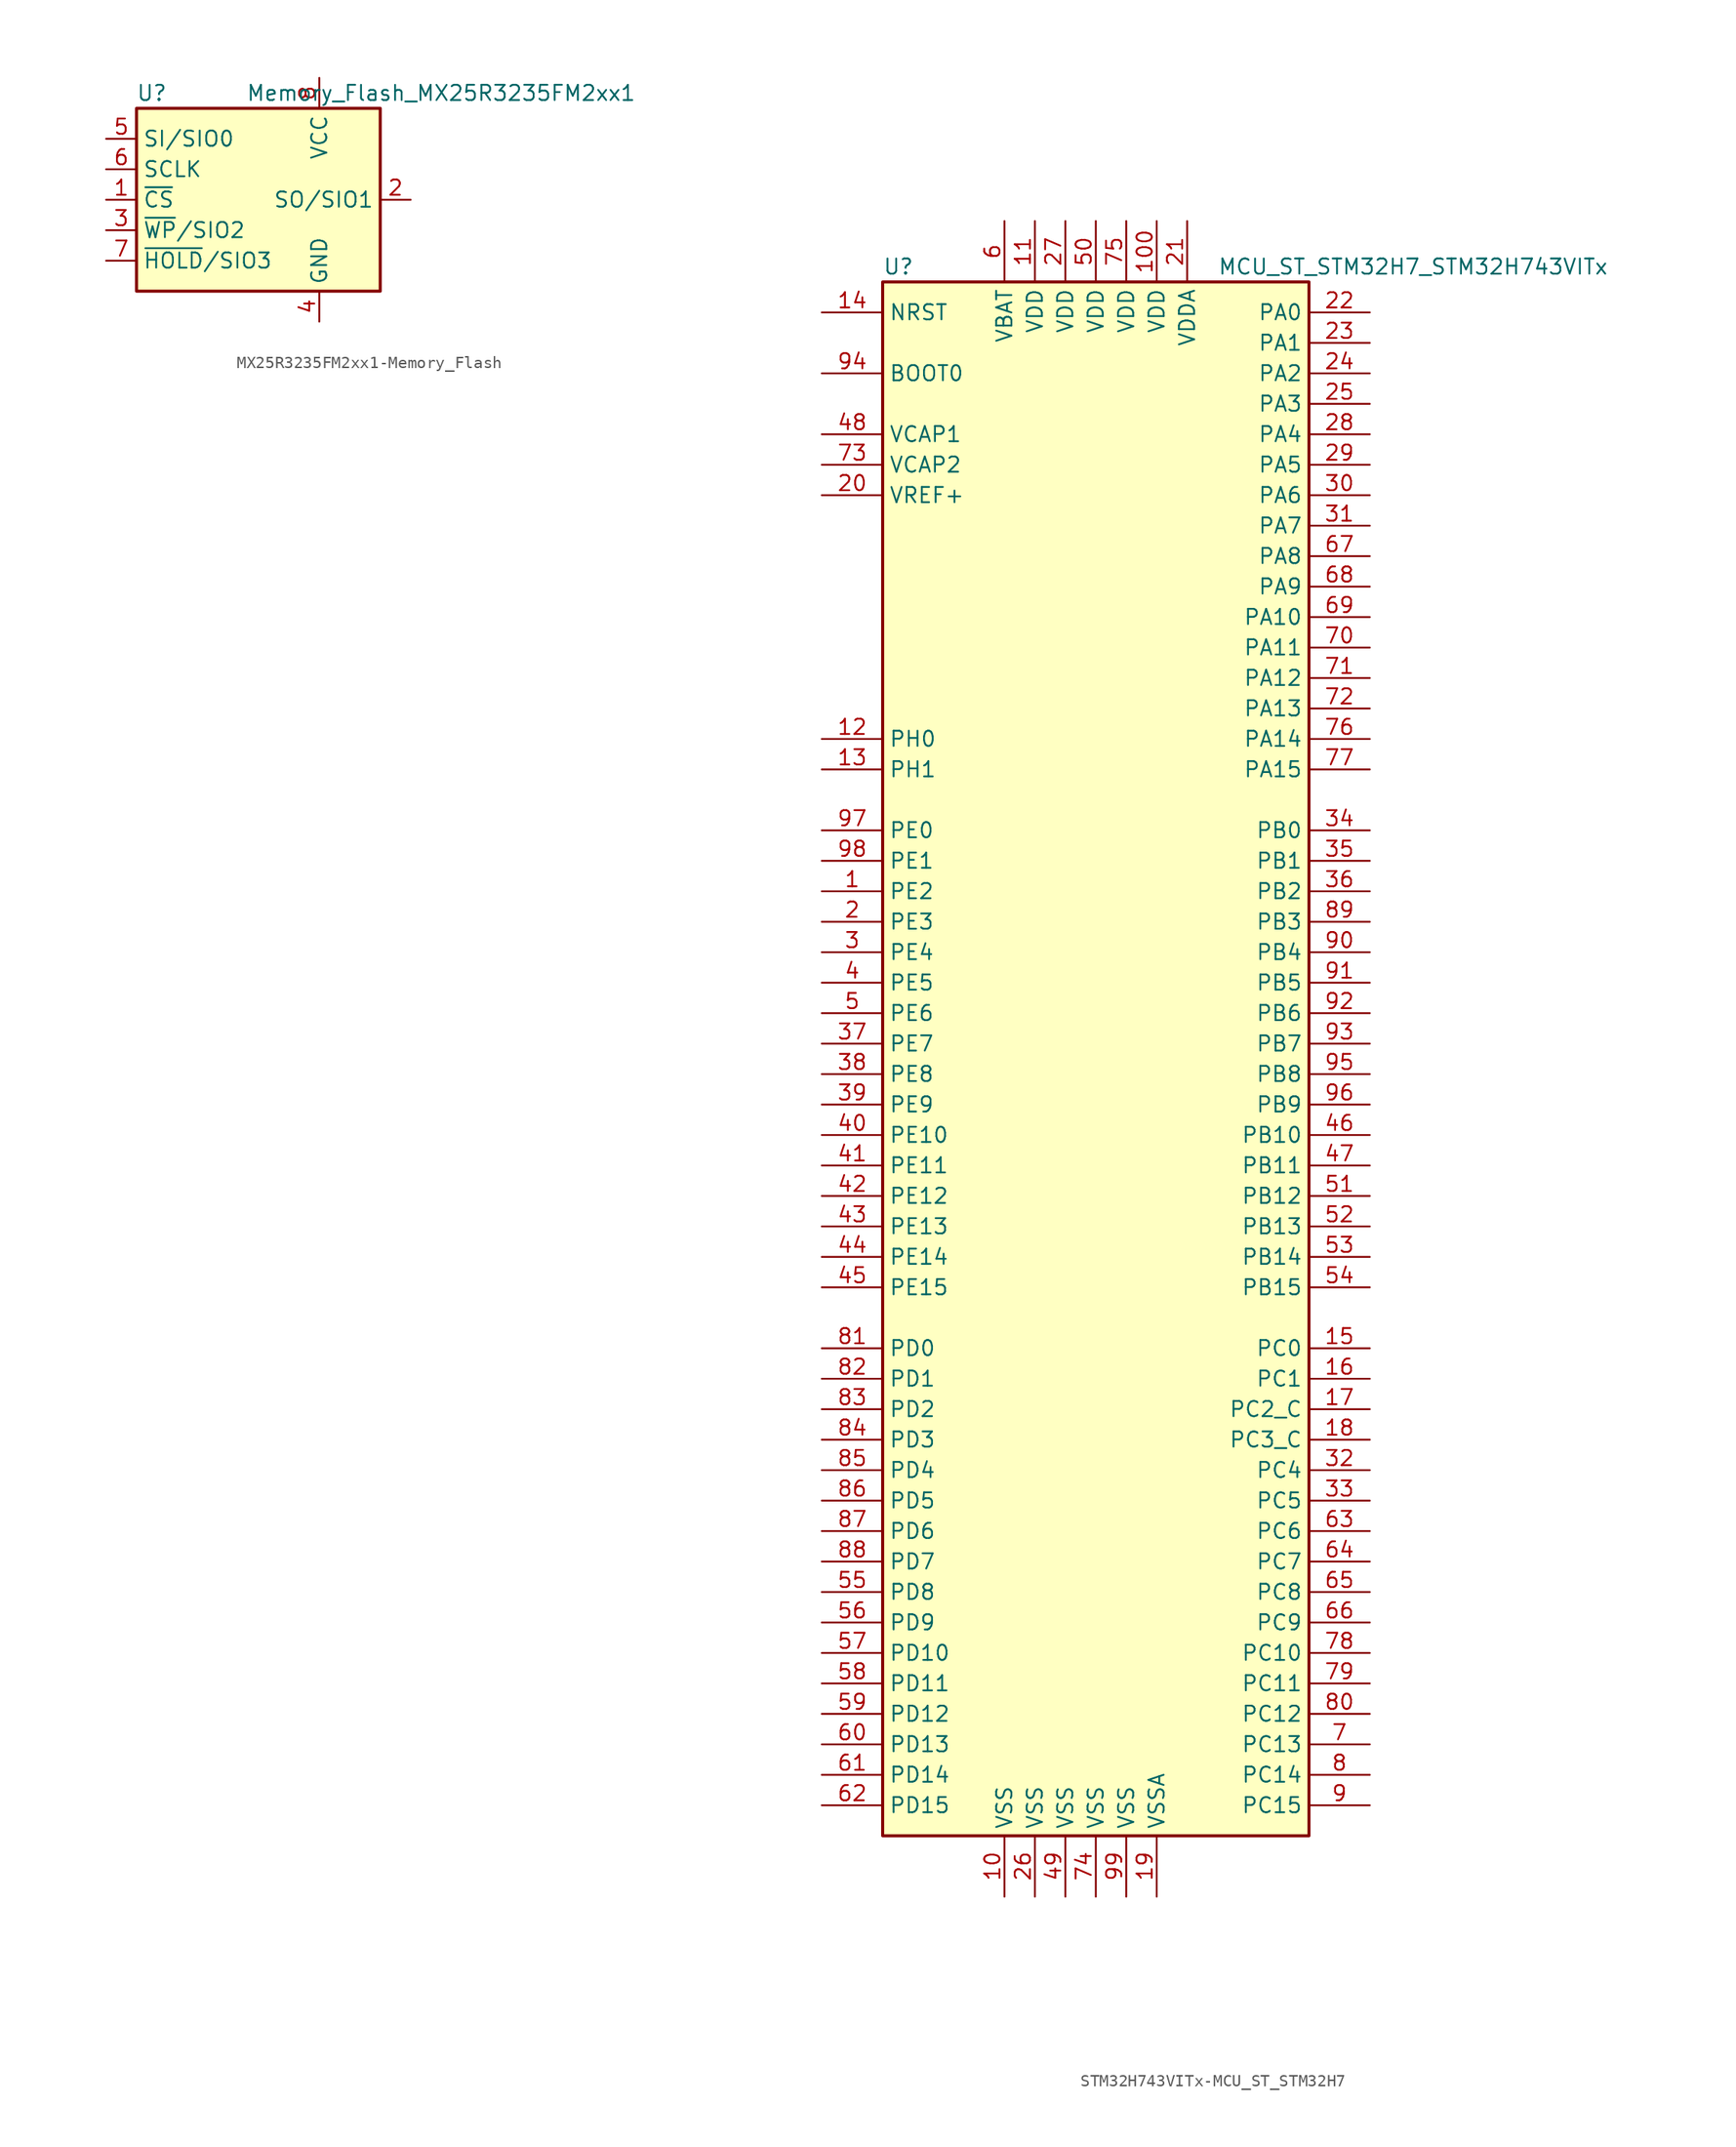
<source format=kicad_sym>
(kicad_symbol_lib
  (version 20220914)
  (generator kicad_symbol_editor)
  (symbol "MX25R3235FM2xx1-Memory_Flash"
    (property "Reference" "U"
      (at -8.89 8.89 0)
      (effects (font (size 1.27 1.27))))
    (property "Value" "Memory_Flash_MX25R3235FM2xx1"
      (at 15.24 8.89 0)
      (effects (font (size 1.27 1.27))))
    (symbol "MX25R3235FM2xx1-Memory_Flash_1_1"
      (rectangle (start -10.16 7.62) (end 10.16 -7.62) (stroke (width 0.254) (type solid)) (fill (type background)))
      (pin input line (at -12.7 0 0) (length 2.54) (name "~{CS}" (effects (font (size 1.27 1.27)))) (number "1" (effects (font (size 1.27 1.27)))))
      (pin bidirectional line (at 12.7 0 180) (length 2.54) (name "SO/SIO1" (effects (font (size 1.27 1.27)))) (number "2" (effects (font (size 1.27 1.27)))))
      (pin bidirectional line (at -12.7 -2.54 0) (length 2.54) (name "~{WP}/SIO2" (effects (font (size 1.27 1.27)))) (number "3" (effects (font (size 1.27 1.27)))))
      (pin power_in line (at 5.08 -10.16 90) (length 2.54) (name "GND" (effects (font (size 1.27 1.27)))) (number "4" (effects (font (size 1.27 1.27)))))
      (pin bidirectional line (at -12.7 5.08 0) (length 2.54) (name "SI/SIO0" (effects (font (size 1.27 1.27)))) (number "5" (effects (font (size 1.27 1.27)))))
      (pin input line (at -12.7 2.54 0) (length 2.54) (name "SCLK" (effects (font (size 1.27 1.27)))) (number "6" (effects (font (size 1.27 1.27)))))
      (pin bidirectional line (at -12.7 -5.08 0) (length 2.54) (name "~{HOLD}/SIO3" (effects (font (size 1.27 1.27)))) (number "7" (effects (font (size 1.27 1.27)))))
      (pin power_in line (at 5.08 10.16 270) (length 2.54) (name "VCC" (effects (font (size 1.27 1.27)))) (number "8" (effects (font (size 1.27 1.27)))))))
  (symbol "STM32H743VITx-MCU_ST_STM32H7"
    (property "Reference" "U"
      (at -17.78 64.77 0)
      (effects (font (size 1.27 1.27)) (justify left)))
    (property "Value" "MCU_ST_STM32H7_STM32H743VITx"
      (at 10.16 64.77 0)
      (effects (font (size 1.27 1.27)) (justify left)))
    (symbol "STM32H743VITx-MCU_ST_STM32H7_0_1"
      (rectangle (start -17.78 -66.04) (end 17.78 63.5) (stroke (width 0.254) (type solid)) (fill (type background))))
    (symbol "STM32H743VITx-MCU_ST_STM32H7_1_1"
      (pin bidirectional line (at -22.86 12.7 0) (length 5.08) (name "PE2" (effects (font (size 1.27 1.27)))) (number "1" (effects (font (size 1.27 1.27)))))
      (pin power_in line (at -7.62 -71.12 90) (length 5.08) (name "VSS" (effects (font (size 1.27 1.27)))) (number "10" (effects (font (size 1.27 1.27)))))
      (pin power_in line (at 5.08 68.58 270) (length 5.08) (name "VDD" (effects (font (size 1.27 1.27)))) (number "100" (effects (font (size 1.27 1.27)))))
      (pin power_in line (at -5.08 68.58 270) (length 5.08) (name "VDD" (effects (font (size 1.27 1.27)))) (number "11" (effects (font (size 1.27 1.27)))))
      (pin input line (at -22.86 25.4 0) (length 5.08) (name "PH0" (effects (font (size 1.27 1.27)))) (number "12" (effects (font (size 1.27 1.27)))))
      (pin input line (at -22.86 22.86 0) (length 5.08) (name "PH1" (effects (font (size 1.27 1.27)))) (number "13" (effects (font (size 1.27 1.27)))))
      (pin input line (at -22.86 60.96 0) (length 5.08) (name "NRST" (effects (font (size 1.27 1.27)))) (number "14" (effects (font (size 1.27 1.27)))))
      (pin bidirectional line (at 22.86 -25.4 180) (length 5.08) (name "PC0" (effects (font (size 1.27 1.27)))) (number "15" (effects (font (size 1.27 1.27)))))
      (pin bidirectional line (at 22.86 -27.94 180) (length 5.08) (name "PC1" (effects (font (size 1.27 1.27)))) (number "16" (effects (font (size 1.27 1.27)))))
      (pin bidirectional line (at 22.86 -30.48 180) (length 5.08) (name "PC2_C" (effects (font (size 1.27 1.27)))) (number "17" (effects (font (size 1.27 1.27)))))
      (pin bidirectional line (at 22.86 -33.02 180) (length 5.08) (name "PC3_C" (effects (font (size 1.27 1.27)))) (number "18" (effects (font (size 1.27 1.27)))))
      (pin power_in line (at 5.08 -71.12 90) (length 5.08) (name "VSSA" (effects (font (size 1.27 1.27)))) (number "19" (effects (font (size 1.27 1.27)))))
      (pin bidirectional line (at -22.86 10.16 0) (length 5.08) (name "PE3" (effects (font (size 1.27 1.27)))) (number "2" (effects (font (size 1.27 1.27)))))
      (pin bidirectional line (at -22.86 45.72 0) (length 5.08) (name "VREF+" (effects (font (size 1.27 1.27)))) (number "20" (effects (font (size 1.27 1.27)))))
      (pin power_in line (at 7.62 68.58 270) (length 5.08) (name "VDDA" (effects (font (size 1.27 1.27)))) (number "21" (effects (font (size 1.27 1.27)))))
      (pin bidirectional line (at 22.86 60.96 180) (length 5.08) (name "PA0" (effects (font (size 1.27 1.27)))) (number "22" (effects (font (size 1.27 1.27)))))
      (pin bidirectional line (at 22.86 58.42 180) (length 5.08) (name "PA1" (effects (font (size 1.27 1.27)))) (number "23" (effects (font (size 1.27 1.27)))))
      (pin bidirectional line (at 22.86 55.88 180) (length 5.08) (name "PA2" (effects (font (size 1.27 1.27)))) (number "24" (effects (font (size 1.27 1.27)))))
      (pin bidirectional line (at 22.86 53.34 180) (length 5.08) (name "PA3" (effects (font (size 1.27 1.27)))) (number "25" (effects (font (size 1.27 1.27)))))
      (pin power_in line (at -5.08 -71.12 90) (length 5.08) (name "VSS" (effects (font (size 1.27 1.27)))) (number "26" (effects (font (size 1.27 1.27)))))
      (pin power_in line (at -2.54 68.58 270) (length 5.08) (name "VDD" (effects (font (size 1.27 1.27)))) (number "27" (effects (font (size 1.27 1.27)))))
      (pin bidirectional line (at 22.86 50.8 180) (length 5.08) (name "PA4" (effects (font (size 1.27 1.27)))) (number "28" (effects (font (size 1.27 1.27)))))
      (pin bidirectional line (at 22.86 48.26 180) (length 5.08) (name "PA5" (effects (font (size 1.27 1.27)))) (number "29" (effects (font (size 1.27 1.27)))))
      (pin bidirectional line (at -22.86 7.62 0) (length 5.08) (name "PE4" (effects (font (size 1.27 1.27)))) (number "3" (effects (font (size 1.27 1.27)))))
      (pin bidirectional line (at 22.86 45.72 180) (length 5.08) (name "PA6" (effects (font (size 1.27 1.27)))) (number "30" (effects (font (size 1.27 1.27)))))
      (pin bidirectional line (at 22.86 43.18 180) (length 5.08) (name "PA7" (effects (font (size 1.27 1.27)))) (number "31" (effects (font (size 1.27 1.27)))))
      (pin bidirectional line (at 22.86 -35.56 180) (length 5.08) (name "PC4" (effects (font (size 1.27 1.27)))) (number "32" (effects (font (size 1.27 1.27)))))
      (pin bidirectional line (at 22.86 -38.1 180) (length 5.08) (name "PC5" (effects (font (size 1.27 1.27)))) (number "33" (effects (font (size 1.27 1.27)))))
      (pin bidirectional line (at 22.86 17.78 180) (length 5.08) (name "PB0" (effects (font (size 1.27 1.27)))) (number "34" (effects (font (size 1.27 1.27)))))
      (pin bidirectional line (at 22.86 15.24 180) (length 5.08) (name "PB1" (effects (font (size 1.27 1.27)))) (number "35" (effects (font (size 1.27 1.27)))))
      (pin bidirectional line (at 22.86 12.7 180) (length 5.08) (name "PB2" (effects (font (size 1.27 1.27)))) (number "36" (effects (font (size 1.27 1.27)))))
      (pin bidirectional line (at -22.86 0 0) (length 5.08) (name "PE7" (effects (font (size 1.27 1.27)))) (number "37" (effects (font (size 1.27 1.27)))))
      (pin bidirectional line (at -22.86 -2.54 0) (length 5.08) (name "PE8" (effects (font (size 1.27 1.27)))) (number "38" (effects (font (size 1.27 1.27)))))
      (pin bidirectional line (at -22.86 -5.08 0) (length 5.08) (name "PE9" (effects (font (size 1.27 1.27)))) (number "39" (effects (font (size 1.27 1.27)))))
      (pin bidirectional line (at -22.86 5.08 0) (length 5.08) (name "PE5" (effects (font (size 1.27 1.27)))) (number "4" (effects (font (size 1.27 1.27)))))
      (pin bidirectional line (at -22.86 -7.62 0) (length 5.08) (name "PE10" (effects (font (size 1.27 1.27)))) (number "40" (effects (font (size 1.27 1.27)))))
      (pin bidirectional line (at -22.86 -10.16 0) (length 5.08) (name "PE11" (effects (font (size 1.27 1.27)))) (number "41" (effects (font (size 1.27 1.27)))))
      (pin bidirectional line (at -22.86 -12.7 0) (length 5.08) (name "PE12" (effects (font (size 1.27 1.27)))) (number "42" (effects (font (size 1.27 1.27)))))
      (pin bidirectional line (at -22.86 -15.24 0) (length 5.08) (name "PE13" (effects (font (size 1.27 1.27)))) (number "43" (effects (font (size 1.27 1.27)))))
      (pin bidirectional line (at -22.86 -17.78 0) (length 5.08) (name "PE14" (effects (font (size 1.27 1.27)))) (number "44" (effects (font (size 1.27 1.27)))))
      (pin bidirectional line (at -22.86 -20.32 0) (length 5.08) (name "PE15" (effects (font (size 1.27 1.27)))) (number "45" (effects (font (size 1.27 1.27)))))
      (pin bidirectional line (at 22.86 -7.62 180) (length 5.08) (name "PB10" (effects (font (size 1.27 1.27)))) (number "46" (effects (font (size 1.27 1.27)))))
      (pin bidirectional line (at 22.86 -10.16 180) (length 5.08) (name "PB11" (effects (font (size 1.27 1.27)))) (number "47" (effects (font (size 1.27 1.27)))))
      (pin power_in line (at -22.86 50.8 0) (length 5.08) (name "VCAP1" (effects (font (size 1.27 1.27)))) (number "48" (effects (font (size 1.27 1.27)))))
      (pin power_in line (at -2.54 -71.12 90) (length 5.08) (name "VSS" (effects (font (size 1.27 1.27)))) (number "49" (effects (font (size 1.27 1.27)))))
      (pin bidirectional line (at -22.86 2.54 0) (length 5.08) (name "PE6" (effects (font (size 1.27 1.27)))) (number "5" (effects (font (size 1.27 1.27)))))
      (pin power_in line (at 0 68.58 270) (length 5.08) (name "VDD" (effects (font (size 1.27 1.27)))) (number "50" (effects (font (size 1.27 1.27)))))
      (pin bidirectional line (at 22.86 -12.7 180) (length 5.08) (name "PB12" (effects (font (size 1.27 1.27)))) (number "51" (effects (font (size 1.27 1.27)))))
      (pin bidirectional line (at 22.86 -15.24 180) (length 5.08) (name "PB13" (effects (font (size 1.27 1.27)))) (number "52" (effects (font (size 1.27 1.27)))))
      (pin bidirectional line (at 22.86 -17.78 180) (length 5.08) (name "PB14" (effects (font (size 1.27 1.27)))) (number "53" (effects (font (size 1.27 1.27)))))
      (pin bidirectional line (at 22.86 -20.32 180) (length 5.08) (name "PB15" (effects (font (size 1.27 1.27)))) (number "54" (effects (font (size 1.27 1.27)))))
      (pin bidirectional line (at -22.86 -45.72 0) (length 5.08) (name "PD8" (effects (font (size 1.27 1.27)))) (number "55" (effects (font (size 1.27 1.27)))))
      (pin bidirectional line (at -22.86 -48.26 0) (length 5.08) (name "PD9" (effects (font (size 1.27 1.27)))) (number "56" (effects (font (size 1.27 1.27)))))
      (pin bidirectional line (at -22.86 -50.8 0) (length 5.08) (name "PD10" (effects (font (size 1.27 1.27)))) (number "57" (effects (font (size 1.27 1.27)))))
      (pin bidirectional line (at -22.86 -53.34 0) (length 5.08) (name "PD11" (effects (font (size 1.27 1.27)))) (number "58" (effects (font (size 1.27 1.27)))))
      (pin bidirectional line (at -22.86 -55.88 0) (length 5.08) (name "PD12" (effects (font (size 1.27 1.27)))) (number "59" (effects (font (size 1.27 1.27)))))
      (pin power_in line (at -7.62 68.58 270) (length 5.08) (name "VBAT" (effects (font (size 1.27 1.27)))) (number "6" (effects (font (size 1.27 1.27)))))
      (pin bidirectional line (at -22.86 -58.42 0) (length 5.08) (name "PD13" (effects (font (size 1.27 1.27)))) (number "60" (effects (font (size 1.27 1.27)))))
      (pin bidirectional line (at -22.86 -60.96 0) (length 5.08) (name "PD14" (effects (font (size 1.27 1.27)))) (number "61" (effects (font (size 1.27 1.27)))))
      (pin bidirectional line (at -22.86 -63.5 0) (length 5.08) (name "PD15" (effects (font (size 1.27 1.27)))) (number "62" (effects (font (size 1.27 1.27)))))
      (pin bidirectional line (at 22.86 -40.64 180) (length 5.08) (name "PC6" (effects (font (size 1.27 1.27)))) (number "63" (effects (font (size 1.27 1.27)))))
      (pin bidirectional line (at 22.86 -43.18 180) (length 5.08) (name "PC7" (effects (font (size 1.27 1.27)))) (number "64" (effects (font (size 1.27 1.27)))))
      (pin bidirectional line (at 22.86 -45.72 180) (length 5.08) (name "PC8" (effects (font (size 1.27 1.27)))) (number "65" (effects (font (size 1.27 1.27)))))
      (pin bidirectional line (at 22.86 -48.26 180) (length 5.08) (name "PC9" (effects (font (size 1.27 1.27)))) (number "66" (effects (font (size 1.27 1.27)))))
      (pin bidirectional line (at 22.86 40.64 180) (length 5.08) (name "PA8" (effects (font (size 1.27 1.27)))) (number "67" (effects (font (size 1.27 1.27)))))
      (pin bidirectional line (at 22.86 38.1 180) (length 5.08) (name "PA9" (effects (font (size 1.27 1.27)))) (number "68" (effects (font (size 1.27 1.27)))))
      (pin bidirectional line (at 22.86 35.56 180) (length 5.08) (name "PA10" (effects (font (size 1.27 1.27)))) (number "69" (effects (font (size 1.27 1.27)))))
      (pin bidirectional line (at 22.86 -58.42 180) (length 5.08) (name "PC13" (effects (font (size 1.27 1.27)))) (number "7" (effects (font (size 1.27 1.27)))))
      (pin bidirectional line (at 22.86 33.02 180) (length 5.08) (name "PA11" (effects (font (size 1.27 1.27)))) (number "70" (effects (font (size 1.27 1.27)))))
      (pin bidirectional line (at 22.86 30.48 180) (length 5.08) (name "PA12" (effects (font (size 1.27 1.27)))) (number "71" (effects (font (size 1.27 1.27)))))
      (pin bidirectional line (at 22.86 27.94 180) (length 5.08) (name "PA13" (effects (font (size 1.27 1.27)))) (number "72" (effects (font (size 1.27 1.27)))))
      (pin power_in line (at -22.86 48.26 0) (length 5.08) (name "VCAP2" (effects (font (size 1.27 1.27)))) (number "73" (effects (font (size 1.27 1.27)))))
      (pin power_in line (at 0 -71.12 90) (length 5.08) (name "VSS" (effects (font (size 1.27 1.27)))) (number "74" (effects (font (size 1.27 1.27)))))
      (pin power_in line (at 2.54 68.58 270) (length 5.08) (name "VDD" (effects (font (size 1.27 1.27)))) (number "75" (effects (font (size 1.27 1.27)))))
      (pin bidirectional line (at 22.86 25.4 180) (length 5.08) (name "PA14" (effects (font (size 1.27 1.27)))) (number "76" (effects (font (size 1.27 1.27)))))
      (pin bidirectional line (at 22.86 22.86 180) (length 5.08) (name "PA15" (effects (font (size 1.27 1.27)))) (number "77" (effects (font (size 1.27 1.27)))))
      (pin bidirectional line (at 22.86 -50.8 180) (length 5.08) (name "PC10" (effects (font (size 1.27 1.27)))) (number "78" (effects (font (size 1.27 1.27)))))
      (pin bidirectional line (at 22.86 -53.34 180) (length 5.08) (name "PC11" (effects (font (size 1.27 1.27)))) (number "79" (effects (font (size 1.27 1.27)))))
      (pin bidirectional line (at 22.86 -60.96 180) (length 5.08) (name "PC14" (effects (font (size 1.27 1.27)))) (number "8" (effects (font (size 1.27 1.27)))))
      (pin bidirectional line (at 22.86 -55.88 180) (length 5.08) (name "PC12" (effects (font (size 1.27 1.27)))) (number "80" (effects (font (size 1.27 1.27)))))
      (pin bidirectional line (at -22.86 -25.4 0) (length 5.08) (name "PD0" (effects (font (size 1.27 1.27)))) (number "81" (effects (font (size 1.27 1.27)))))
      (pin bidirectional line (at -22.86 -27.94 0) (length 5.08) (name "PD1" (effects (font (size 1.27 1.27)))) (number "82" (effects (font (size 1.27 1.27)))))
      (pin bidirectional line (at -22.86 -30.48 0) (length 5.08) (name "PD2" (effects (font (size 1.27 1.27)))) (number "83" (effects (font (size 1.27 1.27)))))
      (pin bidirectional line (at -22.86 -33.02 0) (length 5.08) (name "PD3" (effects (font (size 1.27 1.27)))) (number "84" (effects (font (size 1.27 1.27)))))
      (pin bidirectional line (at -22.86 -35.56 0) (length 5.08) (name "PD4" (effects (font (size 1.27 1.27)))) (number "85" (effects (font (size 1.27 1.27)))))
      (pin bidirectional line (at -22.86 -38.1 0) (length 5.08) (name "PD5" (effects (font (size 1.27 1.27)))) (number "86" (effects (font (size 1.27 1.27)))))
      (pin bidirectional line (at -22.86 -40.64 0) (length 5.08) (name "PD6" (effects (font (size 1.27 1.27)))) (number "87" (effects (font (size 1.27 1.27)))))
      (pin bidirectional line (at -22.86 -43.18 0) (length 5.08) (name "PD7" (effects (font (size 1.27 1.27)))) (number "88" (effects (font (size 1.27 1.27)))))
      (pin bidirectional line (at 22.86 10.16 180) (length 5.08) (name "PB3" (effects (font (size 1.27 1.27)))) (number "89" (effects (font (size 1.27 1.27)))))
      (pin bidirectional line (at 22.86 -63.5 180) (length 5.08) (name "PC15" (effects (font (size 1.27 1.27)))) (number "9" (effects (font (size 1.27 1.27)))))
      (pin bidirectional line (at 22.86 7.62 180) (length 5.08) (name "PB4" (effects (font (size 1.27 1.27)))) (number "90" (effects (font (size 1.27 1.27)))))
      (pin bidirectional line (at 22.86 5.08 180) (length 5.08) (name "PB5" (effects (font (size 1.27 1.27)))) (number "91" (effects (font (size 1.27 1.27)))))
      (pin bidirectional line (at 22.86 2.54 180) (length 5.08) (name "PB6" (effects (font (size 1.27 1.27)))) (number "92" (effects (font (size 1.27 1.27)))))
      (pin bidirectional line (at 22.86 0 180) (length 5.08) (name "PB7" (effects (font (size 1.27 1.27)))) (number "93" (effects (font (size 1.27 1.27)))))
      (pin input line (at -22.86 55.88 0) (length 5.08) (name "BOOT0" (effects (font (size 1.27 1.27)))) (number "94" (effects (font (size 1.27 1.27)))))
      (pin bidirectional line (at 22.86 -2.54 180) (length 5.08) (name "PB8" (effects (font (size 1.27 1.27)))) (number "95" (effects (font (size 1.27 1.27)))))
      (pin bidirectional line (at 22.86 -5.08 180) (length 5.08) (name "PB9" (effects (font (size 1.27 1.27)))) (number "96" (effects (font (size 1.27 1.27)))))
      (pin bidirectional line (at -22.86 17.78 0) (length 5.08) (name "PE0" (effects (font (size 1.27 1.27)))) (number "97" (effects (font (size 1.27 1.27)))))
      (pin bidirectional line (at -22.86 15.24 0) (length 5.08) (name "PE1" (effects (font (size 1.27 1.27)))) (number "98" (effects (font (size 1.27 1.27)))))
      (pin power_in line (at 2.54 -71.12 90) (length 5.08) (name "VSS" (effects (font (size 1.27 1.27)))) (number "99" (effects (font (size 1.27 1.27))))))))
</source>
